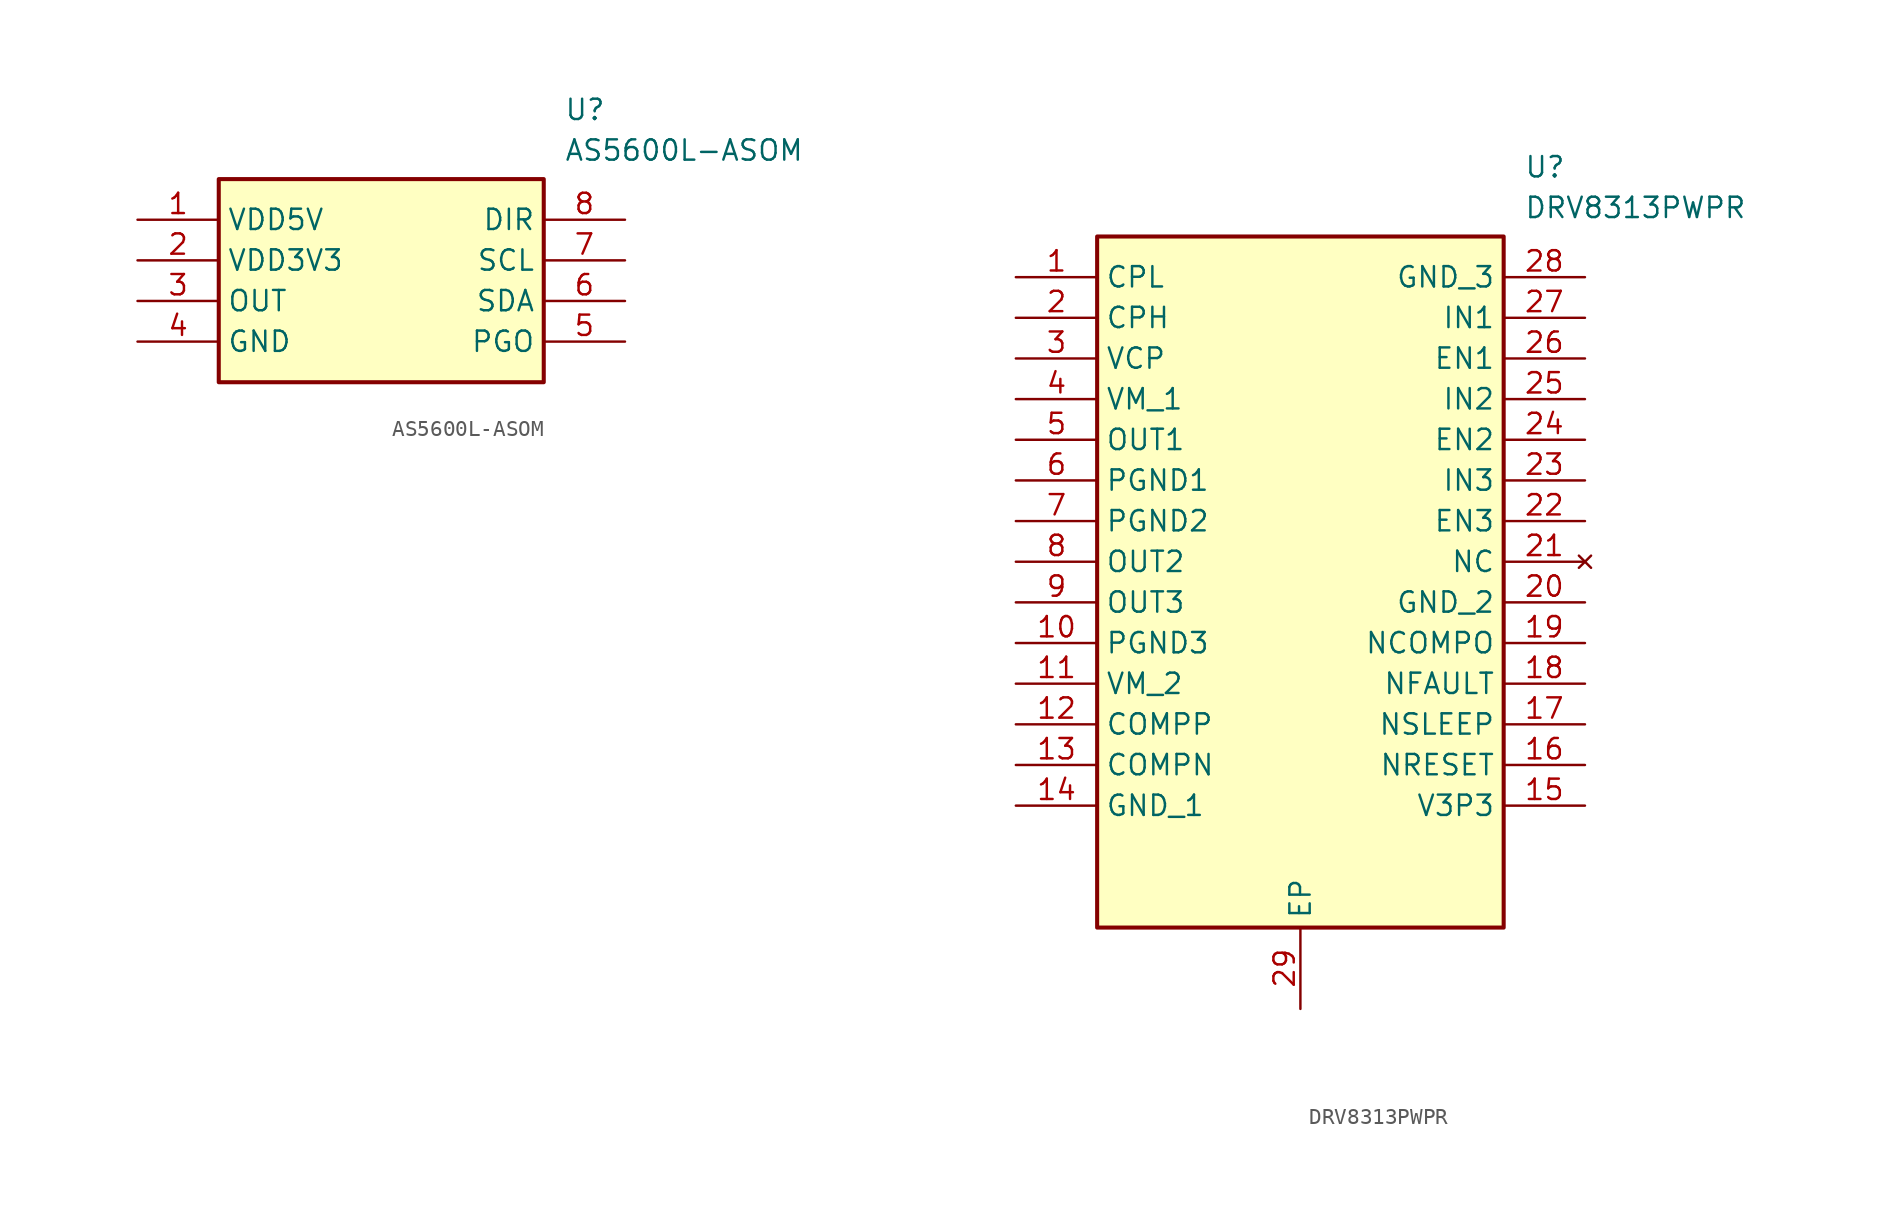
<source format=kicad_sym>
(kicad_symbol_lib
  (version 20220914)
  (generator kicad_symbol_editor)
  (symbol "AS5600L-ASOM"
    (property "Reference" "U"
      (at 26.67 7.62 0)
      (effects (font (size 1.27 1.27)) (justify left top)))
    (property "Value" "AS5600L-ASOM"
      (at 26.67 5.08 0)
      (effects (font (size 1.27 1.27)) (justify left top)))
    (symbol "AS5600L-ASOM_1_1"
      (rectangle (start 5.08 2.54) (end 25.4 -10.16) (stroke (width 0.254) (type default)) (fill (type background)))
      (pin passive line (at 0 0 0) (length 5.08) (name "VDD5V" (effects (font (size 1.27 1.27)))) (number "1" (effects (font (size 1.27 1.27)))))
      (pin passive line (at 0 -2.54 0) (length 5.08) (name "VDD3V3" (effects (font (size 1.27 1.27)))) (number "2" (effects (font (size 1.27 1.27)))))
      (pin passive line (at 0 -5.08 0) (length 5.08) (name "OUT" (effects (font (size 1.27 1.27)))) (number "3" (effects (font (size 1.27 1.27)))))
      (pin passive line (at 0 -7.62 0) (length 5.08) (name "GND" (effects (font (size 1.27 1.27)))) (number "4" (effects (font (size 1.27 1.27)))))
      (pin passive line (at 30.48 -7.62 180) (length 5.08) (name "PGO" (effects (font (size 1.27 1.27)))) (number "5" (effects (font (size 1.27 1.27)))))
      (pin passive line (at 30.48 -5.08 180) (length 5.08) (name "SDA" (effects (font (size 1.27 1.27)))) (number "6" (effects (font (size 1.27 1.27)))))
      (pin passive line (at 30.48 -2.54 180) (length 5.08) (name "SCL" (effects (font (size 1.27 1.27)))) (number "7" (effects (font (size 1.27 1.27)))))
      (pin passive line (at 30.48 0 180) (length 5.08) (name "DIR" (effects (font (size 1.27 1.27)))) (number "8" (effects (font (size 1.27 1.27)))))))
  (symbol "DRV8313PWPR"
    (property "Reference" "U"
      (at 31.75 7.62 0)
      (effects (font (size 1.27 1.27)) (justify left top)))
    (property "Value" "DRV8313PWPR"
      (at 31.75 5.08 0)
      (effects (font (size 1.27 1.27)) (justify left top)))
    (symbol "DRV8313PWPR_1_1"
      (rectangle (start 5.08 2.54) (end 30.48 -40.64) (stroke (width 0.254) (type default)) (fill (type background)))
      (pin passive line (at 0 0 0) (length 5.08) (name "CPL" (effects (font (size 1.27 1.27)))) (number "1" (effects (font (size 1.27 1.27)))))
      (pin passive line (at 0 -22.86 0) (length 5.08) (name "PGND3" (effects (font (size 1.27 1.27)))) (number "10" (effects (font (size 1.27 1.27)))))
      (pin passive line (at 0 -25.4 0) (length 5.08) (name "VM_2" (effects (font (size 1.27 1.27)))) (number "11" (effects (font (size 1.27 1.27)))))
      (pin passive line (at 0 -27.94 0) (length 5.08) (name "COMPP" (effects (font (size 1.27 1.27)))) (number "12" (effects (font (size 1.27 1.27)))))
      (pin passive line (at 0 -30.48 0) (length 5.08) (name "COMPN" (effects (font (size 1.27 1.27)))) (number "13" (effects (font (size 1.27 1.27)))))
      (pin passive line (at 0 -33.02 0) (length 5.08) (name "GND_1" (effects (font (size 1.27 1.27)))) (number "14" (effects (font (size 1.27 1.27)))))
      (pin power_out line (at 35.56 -33.02 180) (length 5.08) (name "V3P3" (effects (font (size 1.27 1.27)))) (number "15" (effects (font (size 1.27 1.27)))))
      (pin passive line (at 35.56 -30.48 180) (length 5.08) (name "NRESET" (effects (font (size 1.27 1.27)))) (number "16" (effects (font (size 1.27 1.27)))))
      (pin passive line (at 35.56 -27.94 180) (length 5.08) (name "NSLEEP" (effects (font (size 1.27 1.27)))) (number "17" (effects (font (size 1.27 1.27)))))
      (pin passive line (at 35.56 -25.4 180) (length 5.08) (name "NFAULT" (effects (font (size 1.27 1.27)))) (number "18" (effects (font (size 1.27 1.27)))))
      (pin passive line (at 35.56 -22.86 180) (length 5.08) (name "NCOMPO" (effects (font (size 1.27 1.27)))) (number "19" (effects (font (size 1.27 1.27)))))
      (pin passive line (at 0 -2.54 0) (length 5.08) (name "CPH" (effects (font (size 1.27 1.27)))) (number "2" (effects (font (size 1.27 1.27)))))
      (pin passive line (at 35.56 -20.32 180) (length 5.08) (name "GND_2" (effects (font (size 1.27 1.27)))) (number "20" (effects (font (size 1.27 1.27)))))
      (pin no_connect line (at 35.56 -17.78 180) (length 5.08) (name "NC" (effects (font (size 1.27 1.27)))) (number "21" (effects (font (size 1.27 1.27)))))
      (pin passive line (at 35.56 -15.24 180) (length 5.08) (name "EN3" (effects (font (size 1.27 1.27)))) (number "22" (effects (font (size 1.27 1.27)))))
      (pin passive line (at 35.56 -12.7 180) (length 5.08) (name "IN3" (effects (font (size 1.27 1.27)))) (number "23" (effects (font (size 1.27 1.27)))))
      (pin passive line (at 35.56 -10.16 180) (length 5.08) (name "EN2" (effects (font (size 1.27 1.27)))) (number "24" (effects (font (size 1.27 1.27)))))
      (pin passive line (at 35.56 -7.62 180) (length 5.08) (name "IN2" (effects (font (size 1.27 1.27)))) (number "25" (effects (font (size 1.27 1.27)))))
      (pin passive line (at 35.56 -5.08 180) (length 5.08) (name "EN1" (effects (font (size 1.27 1.27)))) (number "26" (effects (font (size 1.27 1.27)))))
      (pin passive line (at 35.56 -2.54 180) (length 5.08) (name "IN1" (effects (font (size 1.27 1.27)))) (number "27" (effects (font (size 1.27 1.27)))))
      (pin passive line (at 35.56 0 180) (length 5.08) (name "GND_3" (effects (font (size 1.27 1.27)))) (number "28" (effects (font (size 1.27 1.27)))))
      (pin passive line (at 17.78 -45.72 90) (length 5.08) (name "EP" (effects (font (size 1.27 1.27)))) (number "29" (effects (font (size 1.27 1.27)))))
      (pin passive line (at 0 -5.08 0) (length 5.08) (name "VCP" (effects (font (size 1.27 1.27)))) (number "3" (effects (font (size 1.27 1.27)))))
      (pin passive line (at 0 -7.62 0) (length 5.08) (name "VM_1" (effects (font (size 1.27 1.27)))) (number "4" (effects (font (size 1.27 1.27)))))
      (pin passive line (at 0 -10.16 0) (length 5.08) (name "OUT1" (effects (font (size 1.27 1.27)))) (number "5" (effects (font (size 1.27 1.27)))))
      (pin passive line (at 0 -12.7 0) (length 5.08) (name "PGND1" (effects (font (size 1.27 1.27)))) (number "6" (effects (font (size 1.27 1.27)))))
      (pin passive line (at 0 -15.24 0) (length 5.08) (name "PGND2" (effects (font (size 1.27 1.27)))) (number "7" (effects (font (size 1.27 1.27)))))
      (pin passive line (at 0 -17.78 0) (length 5.08) (name "OUT2" (effects (font (size 1.27 1.27)))) (number "8" (effects (font (size 1.27 1.27)))))
      (pin passive line (at 0 -20.32 0) (length 5.08) (name "OUT3" (effects (font (size 1.27 1.27)))) (number "9" (effects (font (size 1.27 1.27))))))))
</source>
